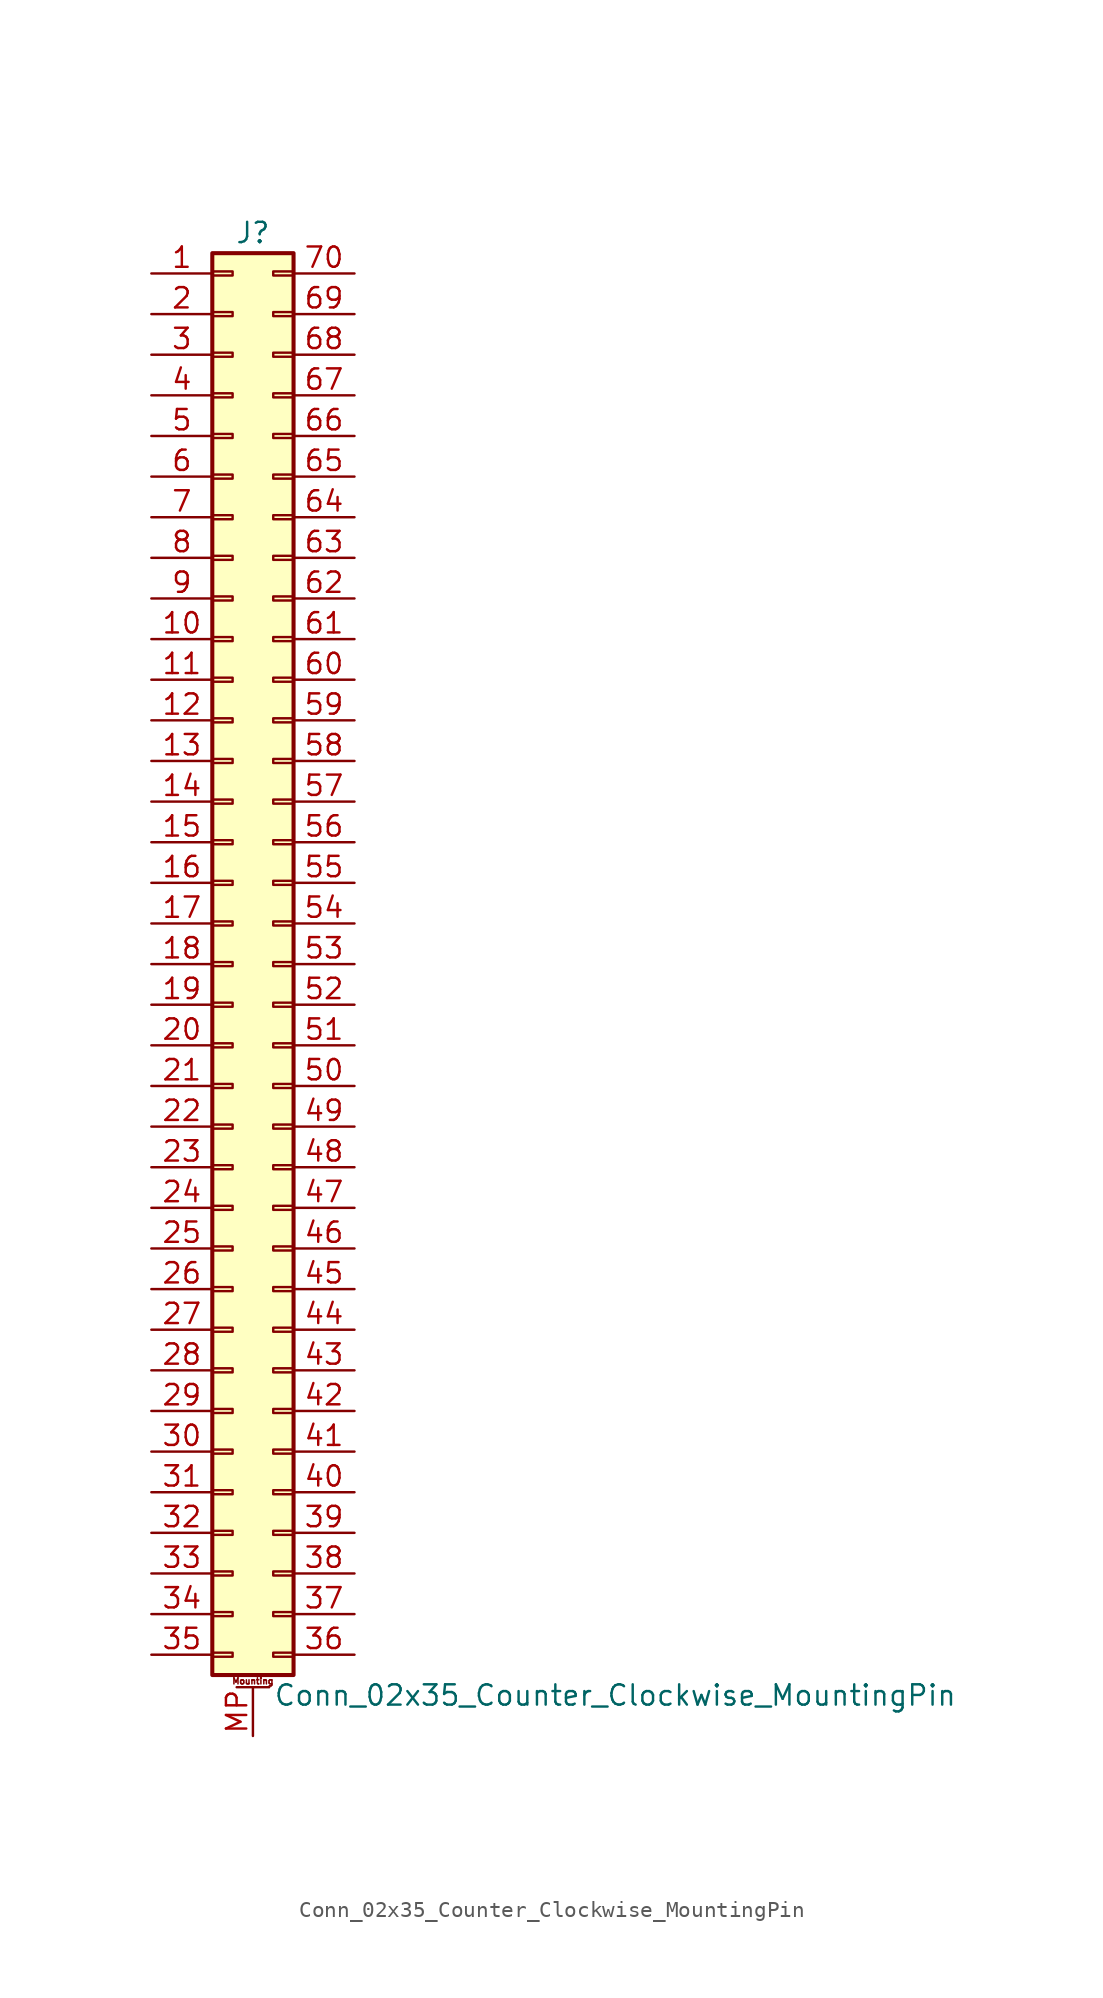
<source format=kicad_sym>
(kicad_symbol_lib
  (version 20201005)
  (generator kicad_symbol_editor)
  (symbol "Conn_02x35_Counter_Clockwise_MountingPin"
    (pin_names
      (offset 1.016) hide)
    (property "Reference" "J"
      (at 1.27 45.72 0)
      (effects (font (size 1.27 1.27))))
    (property "Value" "Conn_02x35_Counter_Clockwise_MountingPin"
      (at 2.54 -45.72 0)
      (effects (font (size 1.27 1.27)) (justify left)))
    (symbol "Conn_02x35_Counter_Clockwise_MountingPin_1_1"
      (text "Mounting" (at 1.27 -44.831 0) (effects (font (size 0.381 0.381))))
      (rectangle (start -1.27 -43.053) (end 0 -43.307) (stroke (width 0.152)) (fill (type none)))
      (rectangle (start -1.27 -40.513) (end 0 -40.767) (stroke (width 0.152)) (fill (type none)))
      (rectangle (start -1.27 -37.973) (end 0 -38.227) (stroke (width 0.152)) (fill (type none)))
      (rectangle (start -1.27 -35.433) (end 0 -35.687) (stroke (width 0.152)) (fill (type none)))
      (rectangle (start -1.27 -32.893) (end 0 -33.147) (stroke (width 0.152)) (fill (type none)))
      (rectangle (start -1.27 -30.353) (end 0 -30.607) (stroke (width 0.152)) (fill (type none)))
      (rectangle (start -1.27 -27.813) (end 0 -28.067) (stroke (width 0.152)) (fill (type none)))
      (rectangle (start -1.27 -25.273) (end 0 -25.527) (stroke (width 0.152)) (fill (type none)))
      (rectangle (start -1.27 -22.733) (end 0 -22.987) (stroke (width 0.152)) (fill (type none)))
      (rectangle (start -1.27 -20.193) (end 0 -20.447) (stroke (width 0.152)) (fill (type none)))
      (rectangle (start -1.27 -17.653) (end 0 -17.907) (stroke (width 0.152)) (fill (type none)))
      (rectangle (start -1.27 -15.113) (end 0 -15.367) (stroke (width 0.152)) (fill (type none)))
      (rectangle (start -1.27 -12.573) (end 0 -12.827) (stroke (width 0.152)) (fill (type none)))
      (rectangle (start -1.27 -10.033) (end 0 -10.287) (stroke (width 0.152)) (fill (type none)))
      (rectangle (start -1.27 -7.493) (end 0 -7.747) (stroke (width 0.152)) (fill (type none)))
      (rectangle (start -1.27 -4.953) (end 0 -5.207) (stroke (width 0.152)) (fill (type none)))
      (rectangle (start -1.27 -2.413) (end 0 -2.667) (stroke (width 0.152)) (fill (type none)))
      (rectangle (start -1.27 0.127) (end 0 -0.127) (stroke (width 0.152)) (fill (type none)))
      (rectangle (start -1.27 2.667) (end 0 2.413) (stroke (width 0.152)) (fill (type none)))
      (rectangle (start -1.27 5.207) (end 0 4.953) (stroke (width 0.152)) (fill (type none)))
      (rectangle (start -1.27 7.747) (end 0 7.493) (stroke (width 0.152)) (fill (type none)))
      (rectangle (start -1.27 10.287) (end 0 10.033) (stroke (width 0.152)) (fill (type none)))
      (rectangle (start -1.27 12.827) (end 0 12.573) (stroke (width 0.152)) (fill (type none)))
      (rectangle (start -1.27 15.367) (end 0 15.113) (stroke (width 0.152)) (fill (type none)))
      (rectangle (start -1.27 17.907) (end 0 17.653) (stroke (width 0.152)) (fill (type none)))
      (rectangle (start -1.27 20.447) (end 0 20.193) (stroke (width 0.152)) (fill (type none)))
      (rectangle (start -1.27 22.987) (end 0 22.733) (stroke (width 0.152)) (fill (type none)))
      (rectangle (start -1.27 25.527) (end 0 25.273) (stroke (width 0.152)) (fill (type none)))
      (rectangle (start -1.27 28.067) (end 0 27.813) (stroke (width 0.152)) (fill (type none)))
      (rectangle (start -1.27 30.607) (end 0 30.353) (stroke (width 0.152)) (fill (type none)))
      (rectangle (start -1.27 33.147) (end 0 32.893) (stroke (width 0.152)) (fill (type none)))
      (rectangle (start -1.27 35.687) (end 0 35.433) (stroke (width 0.152)) (fill (type none)))
      (rectangle (start -1.27 38.227) (end 0 37.973) (stroke (width 0.152)) (fill (type none)))
      (rectangle (start -1.27 40.767) (end 0 40.513) (stroke (width 0.152)) (fill (type none)))
      (rectangle (start -1.27 43.307) (end 0 43.053) (stroke (width 0.152)) (fill (type none)))
      (rectangle (start 3.81 -43.053) (end 2.54 -43.307) (stroke (width 0.152)) (fill (type none)))
      (rectangle (start 3.81 -40.513) (end 2.54 -40.767) (stroke (width 0.152)) (fill (type none)))
      (rectangle (start 3.81 -37.973) (end 2.54 -38.227) (stroke (width 0.152)) (fill (type none)))
      (rectangle (start 3.81 -35.433) (end 2.54 -35.687) (stroke (width 0.152)) (fill (type none)))
      (rectangle (start 3.81 -32.893) (end 2.54 -33.147) (stroke (width 0.152)) (fill (type none)))
      (rectangle (start 3.81 -30.353) (end 2.54 -30.607) (stroke (width 0.152)) (fill (type none)))
      (rectangle (start 3.81 -27.813) (end 2.54 -28.067) (stroke (width 0.152)) (fill (type none)))
      (rectangle (start 3.81 -25.273) (end 2.54 -25.527) (stroke (width 0.152)) (fill (type none)))
      (rectangle (start 3.81 -22.733) (end 2.54 -22.987) (stroke (width 0.152)) (fill (type none)))
      (rectangle (start 3.81 -20.193) (end 2.54 -20.447) (stroke (width 0.152)) (fill (type none)))
      (rectangle (start 3.81 -17.653) (end 2.54 -17.907) (stroke (width 0.152)) (fill (type none)))
      (rectangle (start 3.81 -15.113) (end 2.54 -15.367) (stroke (width 0.152)) (fill (type none)))
      (rectangle (start 3.81 -12.573) (end 2.54 -12.827) (stroke (width 0.152)) (fill (type none)))
      (rectangle (start 3.81 -10.033) (end 2.54 -10.287) (stroke (width 0.152)) (fill (type none)))
      (rectangle (start 3.81 -7.493) (end 2.54 -7.747) (stroke (width 0.152)) (fill (type none)))
      (rectangle (start 3.81 -4.953) (end 2.54 -5.207) (stroke (width 0.152)) (fill (type none)))
      (rectangle (start 3.81 -2.413) (end 2.54 -2.667) (stroke (width 0.152)) (fill (type none)))
      (rectangle (start 3.81 0.127) (end 2.54 -0.127) (stroke (width 0.152)) (fill (type none)))
      (rectangle (start 3.81 2.667) (end 2.54 2.413) (stroke (width 0.152)) (fill (type none)))
      (rectangle (start 3.81 5.207) (end 2.54 4.953) (stroke (width 0.152)) (fill (type none)))
      (rectangle (start 3.81 7.747) (end 2.54 7.493) (stroke (width 0.152)) (fill (type none)))
      (rectangle (start 3.81 10.287) (end 2.54 10.033) (stroke (width 0.152)) (fill (type none)))
      (rectangle (start 3.81 12.827) (end 2.54 12.573) (stroke (width 0.152)) (fill (type none)))
      (rectangle (start 3.81 15.367) (end 2.54 15.113) (stroke (width 0.152)) (fill (type none)))
      (rectangle (start 3.81 17.907) (end 2.54 17.653) (stroke (width 0.152)) (fill (type none)))
      (rectangle (start 3.81 20.447) (end 2.54 20.193) (stroke (width 0.152)) (fill (type none)))
      (rectangle (start 3.81 22.987) (end 2.54 22.733) (stroke (width 0.152)) (fill (type none)))
      (rectangle (start 3.81 25.527) (end 2.54 25.273) (stroke (width 0.152)) (fill (type none)))
      (rectangle (start 3.81 28.067) (end 2.54 27.813) (stroke (width 0.152)) (fill (type none)))
      (rectangle (start 3.81 30.607) (end 2.54 30.353) (stroke (width 0.152)) (fill (type none)))
      (rectangle (start 3.81 33.147) (end 2.54 32.893) (stroke (width 0.152)) (fill (type none)))
      (rectangle (start 3.81 35.687) (end 2.54 35.433) (stroke (width 0.152)) (fill (type none)))
      (rectangle (start 3.81 38.227) (end 2.54 37.973) (stroke (width 0.152)) (fill (type none)))
      (rectangle (start 3.81 40.767) (end 2.54 40.513) (stroke (width 0.152)) (fill (type none)))
      (rectangle (start 3.81 43.307) (end 2.54 43.053) (stroke (width 0.152)) (fill (type none)))
      (rectangle (start -1.27 44.45) (end 3.81 -44.45) (stroke (width 0.254)) (fill (type background)))
      (polyline (pts (xy 0.254 -45.212) (xy 2.286 -45.212)) (stroke (width 0.152)) (fill (type none)))
      (pin passive line (at -5.08 43.18 0) (length 3.81) (name "Pin_1" (effects (font (size 1.27 1.27)))) (number "1" (effects (font (size 1.27 1.27)))))
      (pin passive line (at -5.08 20.32 0) (length 3.81) (name "Pin_10" (effects (font (size 1.27 1.27)))) (number "10" (effects (font (size 1.27 1.27)))))
      (pin passive line (at -5.08 17.78 0) (length 3.81) (name "Pin_11" (effects (font (size 1.27 1.27)))) (number "11" (effects (font (size 1.27 1.27)))))
      (pin passive line (at -5.08 15.24 0) (length 3.81) (name "Pin_12" (effects (font (size 1.27 1.27)))) (number "12" (effects (font (size 1.27 1.27)))))
      (pin passive line (at -5.08 12.7 0) (length 3.81) (name "Pin_13" (effects (font (size 1.27 1.27)))) (number "13" (effects (font (size 1.27 1.27)))))
      (pin passive line (at -5.08 10.16 0) (length 3.81) (name "Pin_14" (effects (font (size 1.27 1.27)))) (number "14" (effects (font (size 1.27 1.27)))))
      (pin passive line (at -5.08 7.62 0) (length 3.81) (name "Pin_15" (effects (font (size 1.27 1.27)))) (number "15" (effects (font (size 1.27 1.27)))))
      (pin passive line (at -5.08 5.08 0) (length 3.81) (name "Pin_16" (effects (font (size 1.27 1.27)))) (number "16" (effects (font (size 1.27 1.27)))))
      (pin passive line (at -5.08 2.54 0) (length 3.81) (name "Pin_17" (effects (font (size 1.27 1.27)))) (number "17" (effects (font (size 1.27 1.27)))))
      (pin passive line (at -5.08 0 0) (length 3.81) (name "Pin_18" (effects (font (size 1.27 1.27)))) (number "18" (effects (font (size 1.27 1.27)))))
      (pin passive line (at -5.08 -2.54 0) (length 3.81) (name "Pin_19" (effects (font (size 1.27 1.27)))) (number "19" (effects (font (size 1.27 1.27)))))
      (pin passive line (at -5.08 40.64 0) (length 3.81) (name "Pin_2" (effects (font (size 1.27 1.27)))) (number "2" (effects (font (size 1.27 1.27)))))
      (pin passive line (at -5.08 -5.08 0) (length 3.81) (name "Pin_20" (effects (font (size 1.27 1.27)))) (number "20" (effects (font (size 1.27 1.27)))))
      (pin passive line (at -5.08 -7.62 0) (length 3.81) (name "Pin_21" (effects (font (size 1.27 1.27)))) (number "21" (effects (font (size 1.27 1.27)))))
      (pin passive line (at -5.08 -10.16 0) (length 3.81) (name "Pin_22" (effects (font (size 1.27 1.27)))) (number "22" (effects (font (size 1.27 1.27)))))
      (pin passive line (at -5.08 -12.7 0) (length 3.81) (name "Pin_23" (effects (font (size 1.27 1.27)))) (number "23" (effects (font (size 1.27 1.27)))))
      (pin passive line (at -5.08 -15.24 0) (length 3.81) (name "Pin_24" (effects (font (size 1.27 1.27)))) (number "24" (effects (font (size 1.27 1.27)))))
      (pin passive line (at -5.08 -17.78 0) (length 3.81) (name "Pin_25" (effects (font (size 1.27 1.27)))) (number "25" (effects (font (size 1.27 1.27)))))
      (pin passive line (at -5.08 -20.32 0) (length 3.81) (name "Pin_26" (effects (font (size 1.27 1.27)))) (number "26" (effects (font (size 1.27 1.27)))))
      (pin passive line (at -5.08 -22.86 0) (length 3.81) (name "Pin_27" (effects (font (size 1.27 1.27)))) (number "27" (effects (font (size 1.27 1.27)))))
      (pin passive line (at -5.08 -25.4 0) (length 3.81) (name "Pin_28" (effects (font (size 1.27 1.27)))) (number "28" (effects (font (size 1.27 1.27)))))
      (pin passive line (at -5.08 -27.94 0) (length 3.81) (name "Pin_29" (effects (font (size 1.27 1.27)))) (number "29" (effects (font (size 1.27 1.27)))))
      (pin passive line (at -5.08 38.1 0) (length 3.81) (name "Pin_3" (effects (font (size 1.27 1.27)))) (number "3" (effects (font (size 1.27 1.27)))))
      (pin passive line (at -5.08 -30.48 0) (length 3.81) (name "Pin_30" (effects (font (size 1.27 1.27)))) (number "30" (effects (font (size 1.27 1.27)))))
      (pin passive line (at -5.08 -33.02 0) (length 3.81) (name "Pin_31" (effects (font (size 1.27 1.27)))) (number "31" (effects (font (size 1.27 1.27)))))
      (pin passive line (at -5.08 -35.56 0) (length 3.81) (name "Pin_32" (effects (font (size 1.27 1.27)))) (number "32" (effects (font (size 1.27 1.27)))))
      (pin passive line (at -5.08 -38.1 0) (length 3.81) (name "Pin_33" (effects (font (size 1.27 1.27)))) (number "33" (effects (font (size 1.27 1.27)))))
      (pin passive line (at -5.08 -40.64 0) (length 3.81) (name "Pin_34" (effects (font (size 1.27 1.27)))) (number "34" (effects (font (size 1.27 1.27)))))
      (pin passive line (at -5.08 -43.18 0) (length 3.81) (name "Pin_35" (effects (font (size 1.27 1.27)))) (number "35" (effects (font (size 1.27 1.27)))))
      (pin passive line (at 7.62 -43.18 180) (length 3.81) (name "Pin_36" (effects (font (size 1.27 1.27)))) (number "36" (effects (font (size 1.27 1.27)))))
      (pin passive line (at 7.62 -40.64 180) (length 3.81) (name "Pin_37" (effects (font (size 1.27 1.27)))) (number "37" (effects (font (size 1.27 1.27)))))
      (pin passive line (at 7.62 -38.1 180) (length 3.81) (name "Pin_38" (effects (font (size 1.27 1.27)))) (number "38" (effects (font (size 1.27 1.27)))))
      (pin passive line (at 7.62 -35.56 180) (length 3.81) (name "Pin_39" (effects (font (size 1.27 1.27)))) (number "39" (effects (font (size 1.27 1.27)))))
      (pin passive line (at -5.08 35.56 0) (length 3.81) (name "Pin_4" (effects (font (size 1.27 1.27)))) (number "4" (effects (font (size 1.27 1.27)))))
      (pin passive line (at 7.62 -33.02 180) (length 3.81) (name "Pin_40" (effects (font (size 1.27 1.27)))) (number "40" (effects (font (size 1.27 1.27)))))
      (pin passive line (at 7.62 -30.48 180) (length 3.81) (name "Pin_41" (effects (font (size 1.27 1.27)))) (number "41" (effects (font (size 1.27 1.27)))))
      (pin passive line (at 7.62 -27.94 180) (length 3.81) (name "Pin_42" (effects (font (size 1.27 1.27)))) (number "42" (effects (font (size 1.27 1.27)))))
      (pin passive line (at 7.62 -25.4 180) (length 3.81) (name "Pin_43" (effects (font (size 1.27 1.27)))) (number "43" (effects (font (size 1.27 1.27)))))
      (pin passive line (at 7.62 -22.86 180) (length 3.81) (name "Pin_44" (effects (font (size 1.27 1.27)))) (number "44" (effects (font (size 1.27 1.27)))))
      (pin passive line (at 7.62 -20.32 180) (length 3.81) (name "Pin_45" (effects (font (size 1.27 1.27)))) (number "45" (effects (font (size 1.27 1.27)))))
      (pin passive line (at 7.62 -17.78 180) (length 3.81) (name "Pin_46" (effects (font (size 1.27 1.27)))) (number "46" (effects (font (size 1.27 1.27)))))
      (pin passive line (at 7.62 -15.24 180) (length 3.81) (name "Pin_47" (effects (font (size 1.27 1.27)))) (number "47" (effects (font (size 1.27 1.27)))))
      (pin passive line (at 7.62 -12.7 180) (length 3.81) (name "Pin_48" (effects (font (size 1.27 1.27)))) (number "48" (effects (font (size 1.27 1.27)))))
      (pin passive line (at 7.62 -10.16 180) (length 3.81) (name "Pin_49" (effects (font (size 1.27 1.27)))) (number "49" (effects (font (size 1.27 1.27)))))
      (pin passive line (at -5.08 33.02 0) (length 3.81) (name "Pin_5" (effects (font (size 1.27 1.27)))) (number "5" (effects (font (size 1.27 1.27)))))
      (pin passive line (at 7.62 -7.62 180) (length 3.81) (name "Pin_50" (effects (font (size 1.27 1.27)))) (number "50" (effects (font (size 1.27 1.27)))))
      (pin passive line (at 7.62 -5.08 180) (length 3.81) (name "Pin_51" (effects (font (size 1.27 1.27)))) (number "51" (effects (font (size 1.27 1.27)))))
      (pin passive line (at 7.62 -2.54 180) (length 3.81) (name "Pin_52" (effects (font (size 1.27 1.27)))) (number "52" (effects (font (size 1.27 1.27)))))
      (pin passive line (at 7.62 0 180) (length 3.81) (name "Pin_53" (effects (font (size 1.27 1.27)))) (number "53" (effects (font (size 1.27 1.27)))))
      (pin passive line (at 7.62 2.54 180) (length 3.81) (name "Pin_54" (effects (font (size 1.27 1.27)))) (number "54" (effects (font (size 1.27 1.27)))))
      (pin passive line (at 7.62 5.08 180) (length 3.81) (name "Pin_55" (effects (font (size 1.27 1.27)))) (number "55" (effects (font (size 1.27 1.27)))))
      (pin passive line (at 7.62 7.62 180) (length 3.81) (name "Pin_56" (effects (font (size 1.27 1.27)))) (number "56" (effects (font (size 1.27 1.27)))))
      (pin passive line (at 7.62 10.16 180) (length 3.81) (name "Pin_57" (effects (font (size 1.27 1.27)))) (number "57" (effects (font (size 1.27 1.27)))))
      (pin passive line (at 7.62 12.7 180) (length 3.81) (name "Pin_58" (effects (font (size 1.27 1.27)))) (number "58" (effects (font (size 1.27 1.27)))))
      (pin passive line (at 7.62 15.24 180) (length 3.81) (name "Pin_59" (effects (font (size 1.27 1.27)))) (number "59" (effects (font (size 1.27 1.27)))))
      (pin passive line (at -5.08 30.48 0) (length 3.81) (name "Pin_6" (effects (font (size 1.27 1.27)))) (number "6" (effects (font (size 1.27 1.27)))))
      (pin passive line (at 7.62 17.78 180) (length 3.81) (name "Pin_60" (effects (font (size 1.27 1.27)))) (number "60" (effects (font (size 1.27 1.27)))))
      (pin passive line (at 7.62 20.32 180) (length 3.81) (name "Pin_61" (effects (font (size 1.27 1.27)))) (number "61" (effects (font (size 1.27 1.27)))))
      (pin passive line (at 7.62 22.86 180) (length 3.81) (name "Pin_62" (effects (font (size 1.27 1.27)))) (number "62" (effects (font (size 1.27 1.27)))))
      (pin passive line (at 7.62 25.4 180) (length 3.81) (name "Pin_63" (effects (font (size 1.27 1.27)))) (number "63" (effects (font (size 1.27 1.27)))))
      (pin passive line (at 7.62 27.94 180) (length 3.81) (name "Pin_64" (effects (font (size 1.27 1.27)))) (number "64" (effects (font (size 1.27 1.27)))))
      (pin passive line (at 7.62 30.48 180) (length 3.81) (name "Pin_65" (effects (font (size 1.27 1.27)))) (number "65" (effects (font (size 1.27 1.27)))))
      (pin passive line (at 7.62 33.02 180) (length 3.81) (name "Pin_66" (effects (font (size 1.27 1.27)))) (number "66" (effects (font (size 1.27 1.27)))))
      (pin passive line (at 7.62 35.56 180) (length 3.81) (name "Pin_67" (effects (font (size 1.27 1.27)))) (number "67" (effects (font (size 1.27 1.27)))))
      (pin passive line (at 7.62 38.1 180) (length 3.81) (name "Pin_68" (effects (font (size 1.27 1.27)))) (number "68" (effects (font (size 1.27 1.27)))))
      (pin passive line (at 7.62 40.64 180) (length 3.81) (name "Pin_69" (effects (font (size 1.27 1.27)))) (number "69" (effects (font (size 1.27 1.27)))))
      (pin passive line (at -5.08 27.94 0) (length 3.81) (name "Pin_7" (effects (font (size 1.27 1.27)))) (number "7" (effects (font (size 1.27 1.27)))))
      (pin passive line (at 7.62 43.18 180) (length 3.81) (name "Pin_70" (effects (font (size 1.27 1.27)))) (number "70" (effects (font (size 1.27 1.27)))))
      (pin passive line (at -5.08 25.4 0) (length 3.81) (name "Pin_8" (effects (font (size 1.27 1.27)))) (number "8" (effects (font (size 1.27 1.27)))))
      (pin passive line (at -5.08 22.86 0) (length 3.81) (name "Pin_9" (effects (font (size 1.27 1.27)))) (number "9" (effects (font (size 1.27 1.27)))))
      (pin passive line (at 1.27 -48.26 90) (length 3.048) (name "MountPin" (effects (font (size 1.27 1.27)))) (number "MP" (effects (font (size 1.27 1.27))))))))
</source>
